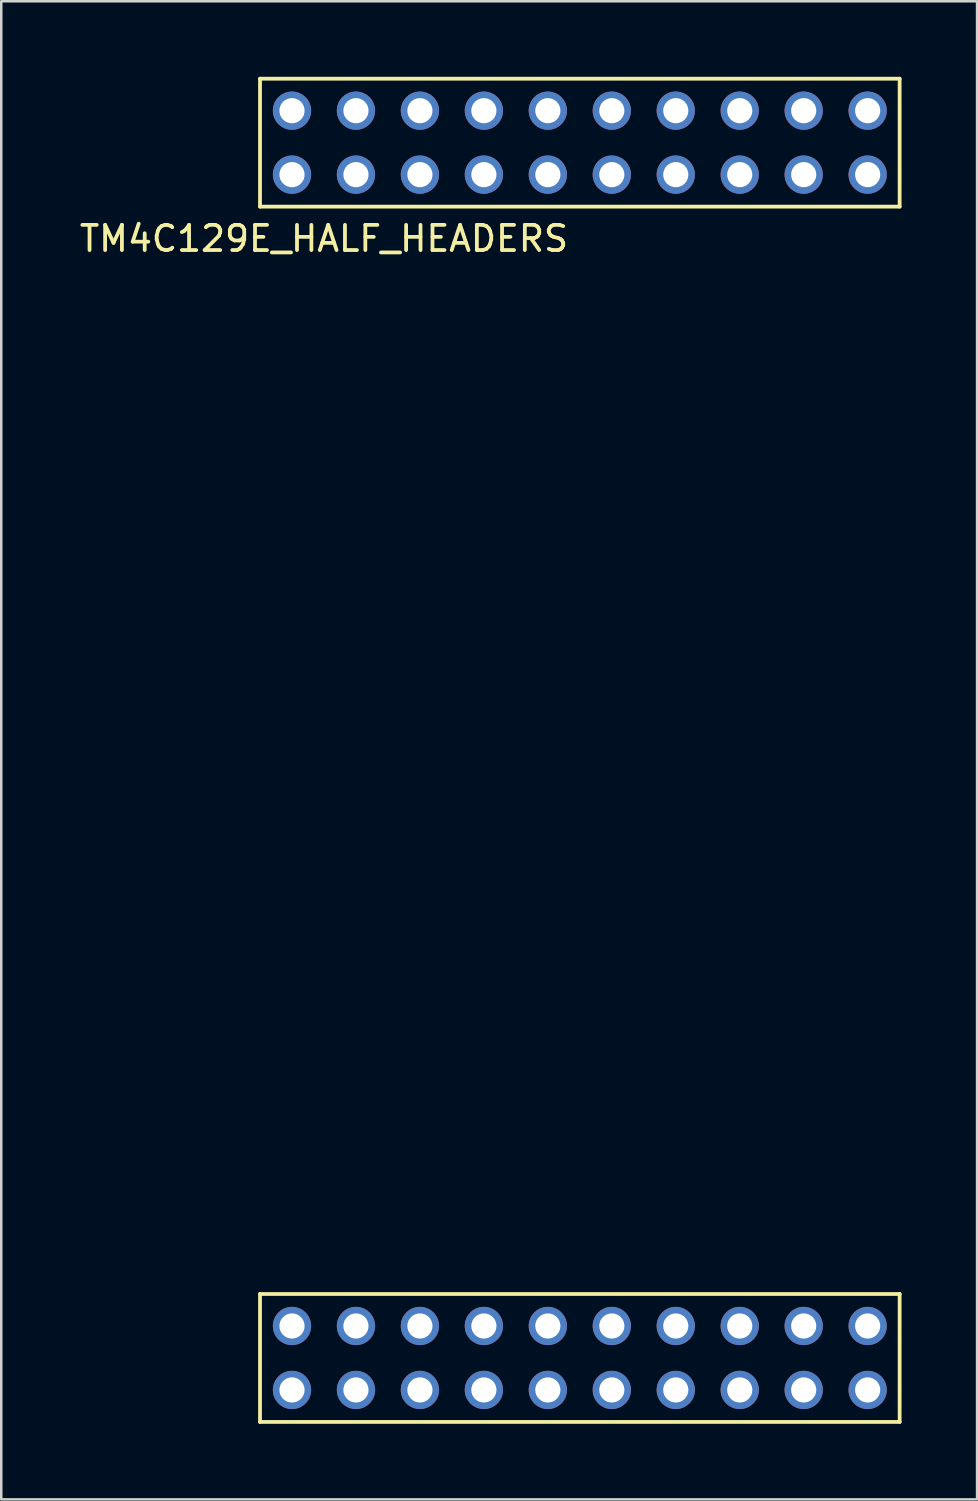
<source format=kicad_pcb>
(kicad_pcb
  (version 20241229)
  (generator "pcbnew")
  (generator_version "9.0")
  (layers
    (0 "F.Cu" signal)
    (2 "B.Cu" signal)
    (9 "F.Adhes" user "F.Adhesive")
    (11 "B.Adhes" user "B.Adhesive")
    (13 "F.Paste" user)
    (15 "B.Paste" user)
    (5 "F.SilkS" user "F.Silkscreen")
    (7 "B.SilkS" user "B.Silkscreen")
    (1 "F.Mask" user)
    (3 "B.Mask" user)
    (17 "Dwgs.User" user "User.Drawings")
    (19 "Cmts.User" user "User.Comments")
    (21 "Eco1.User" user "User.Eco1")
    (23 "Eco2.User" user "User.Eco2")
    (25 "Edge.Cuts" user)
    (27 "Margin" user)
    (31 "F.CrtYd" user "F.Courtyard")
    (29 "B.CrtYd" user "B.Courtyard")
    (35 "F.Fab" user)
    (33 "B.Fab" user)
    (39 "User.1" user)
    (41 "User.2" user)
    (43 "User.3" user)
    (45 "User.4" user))
  (footprint "TM4C129E_HALF_HEADERS"
    (layer "F.Cu")
    (at 17.435 8.965)
    (property "Reference" "TM4C129E_HALF_HEADERS" (at -7.62 -2.54 0) (layer "F.SilkS") (effects (font (size 1 1) (thickness 0.15))))
    (attr through_hole)
    (fp_line (start -10.16 -8.89) (end -10.16 -3.81) (stroke (width 0.15) (type solid)) (layer "F.SilkS"))
    (fp_line (start -10.16 -3.81) (end 15.24 -3.81) (stroke (width 0.15) (type solid)) (layer "F.SilkS"))
    (fp_line (start -10.16 39.37) (end -10.16 44.45) (stroke (width 0.15) (type solid)) (layer "F.SilkS"))
    (fp_line (start -10.16 44.45) (end 15.24 44.45) (stroke (width 0.15) (type solid)) (layer "F.SilkS"))
    (fp_line (start 15.24 -8.89) (end -10.16 -8.89) (stroke (width 0.15) (type solid)) (layer "F.SilkS"))
    (fp_line (start 15.24 -3.81) (end 15.24 -8.89) (stroke (width 0.15) (type solid)) (layer "F.SilkS"))
    (fp_line (start 15.24 39.37) (end -10.16 39.37) (stroke (width 0.15) (type solid)) (layer "F.SilkS"))
    (fp_line (start 15.24 44.45) (end 15.24 39.37) (stroke (width 0.15) (type solid)) (layer "F.SilkS"))
    (pad "A1" thru_hole circle (at 13.97 -7.62) (size 1.52 1.52) (drill 1) (layers "*.Cu" "*.Mask" "F.Paste"))
    (pad "A2" thru_hole circle (at 11.43 -7.62) (size 1.52 1.52) (drill 1) (layers "*.Cu" "*.Mask" "F.Paste"))
    (pad "A3" thru_hole circle (at 8.89 -7.62) (size 1.52 1.52) (drill 1) (layers "*.Cu" "*.Mask" "F.Paste"))
    (pad "A4" thru_hole circle (at 6.35 -7.62) (size 1.52 1.52) (drill 1) (layers "*.Cu" "*.Mask" "F.Paste"))
    (pad "A5" thru_hole circle (at 3.81 -7.62) (size 1.52 1.52) (drill 1) (layers "*.Cu" "*.Mask" "F.Paste"))
    (pad "A6" thru_hole circle (at 1.27 -7.62) (size 1.52 1.52) (drill 1) (layers "*.Cu" "*.Mask" "F.Paste"))
    (pad "A7" thru_hole circle (at -1.27 -7.62) (size 1.52 1.52) (drill 1) (layers "*.Cu" "*.Mask" "F.Paste"))
    (pad "A8" thru_hole circle (at -3.81 -7.62) (size 1.52 1.52) (drill 1) (layers "*.Cu" "*.Mask" "F.Paste"))
    (pad "A9" thru_hole circle (at -6.35 -7.62) (size 1.52 1.52) (drill 1) (layers "*.Cu" "*.Mask" "F.Paste"))
    (pad "A10" thru_hole circle (at -8.89 -7.62) (size 1.52 1.52) (drill 1) (layers "*.Cu" "*.Mask" "F.Paste"))
    (pad "B1" thru_hole circle (at 13.97 -5.08) (size 1.52 1.52) (drill 1) (layers "*.Cu" "*.Mask" "F.Paste"))
    (pad "B2" thru_hole circle (at -6.35 -5.08) (size 1.52 1.52) (drill 1) (layers "*.Cu" "*.Mask" "F.Paste"))
    (pad "B2" thru_hole circle (at 11.43 -5.08) (size 1.52 1.52) (drill 1) (layers "*.Cu" "*.Mask" "F.Paste"))
    (pad "B3" thru_hole circle (at 8.89 -5.08) (size 1.52 1.52) (drill 1) (layers "*.Cu" "*.Mask" "F.Paste"))
    (pad "B4" thru_hole circle (at 6.35 -5.08) (size 1.52 1.52) (drill 1) (layers "*.Cu" "*.Mask" "F.Paste"))
    (pad "B5" thru_hole circle (at 3.81 -5.08) (size 1.52 1.52) (drill 1) (layers "*.Cu" "*.Mask" "F.Paste"))
    (pad "B6" thru_hole circle (at 1.27 -5.08) (size 1.52 1.52) (drill 1) (layers "*.Cu" "*.Mask" "F.Paste"))
    (pad "B7" thru_hole circle (at -1.27 -5.08) (size 1.52 1.52) (drill 1) (layers "*.Cu" "*.Mask" "F.Paste"))
    (pad "B8" thru_hole circle (at -3.81 -5.08) (size 1.52 1.52) (drill 1) (layers "*.Cu" "*.Mask" "F.Paste"))
    (pad "B10" thru_hole circle (at -8.89 -5.08) (size 1.52 1.52) (drill 1) (layers "*.Cu" "*.Mask" "F.Paste"))
    (pad "C1" thru_hole circle (at 13.97 40.64) (size 1.52 1.52) (drill 1) (layers "*.Cu" "*.Mask" "F.Paste"))
    (pad "C2" thru_hole circle (at -6.35 40.64) (size 1.52 1.52) (drill 1) (layers "*.Cu" "*.Mask" "F.Paste"))
    (pad "C2" thru_hole circle (at 11.43 40.64) (size 1.52 1.52) (drill 1) (layers "*.Cu" "*.Mask" "F.Paste"))
    (pad "C3" thru_hole circle (at 8.89 40.64) (size 1.52 1.52) (drill 1) (layers "*.Cu" "*.Mask" "F.Paste"))
    (pad "C4" thru_hole circle (at 6.35 40.64) (size 1.52 1.52) (drill 1) (layers "*.Cu" "*.Mask" "F.Paste"))
    (pad "C5" thru_hole circle (at 3.81 40.64) (size 1.52 1.52) (drill 1) (layers "*.Cu" "*.Mask" "F.Paste"))
    (pad "C6" thru_hole circle (at 1.27 40.64) (size 1.52 1.52) (drill 1) (layers "*.Cu" "*.Mask" "F.Paste"))
    (pad "C7" thru_hole circle (at -1.27 40.64) (size 1.52 1.52) (drill 1) (layers "*.Cu" "*.Mask" "F.Paste"))
    (pad "C8" thru_hole circle (at -3.81 40.64) (size 1.52 1.52) (drill 1) (layers "*.Cu" "*.Mask" "F.Paste"))
    (pad "C10" thru_hole circle (at -8.89 40.64) (size 1.52 1.52) (drill 1) (layers "*.Cu" "*.Mask" "F.Paste"))
    (pad "D1" thru_hole circle (at 13.97 43.18) (size 1.52 1.52) (drill 1) (layers "*.Cu" "*.Mask" "F.Paste"))
    (pad "D2" thru_hole circle (at 11.43 43.18) (size 1.52 1.52) (drill 1) (layers "*.Cu" "*.Mask" "F.Paste"))
    (pad "D3" thru_hole circle (at 8.89 43.18) (size 1.52 1.52) (drill 1) (layers "*.Cu" "*.Mask" "F.Paste"))
    (pad "D4" thru_hole circle (at 6.35 43.18) (size 1.52 1.52) (drill 1) (layers "*.Cu" "*.Mask" "F.Paste"))
    (pad "D5" thru_hole circle (at 3.81 43.18) (size 1.52 1.52) (drill 1) (layers "*.Cu" "*.Mask" "F.Paste"))
    (pad "D6" thru_hole circle (at 1.27 43.18) (size 1.52 1.52) (drill 1) (layers "*.Cu" "*.Mask" "F.Paste"))
    (pad "D7" thru_hole circle (at -1.27 43.18) (size 1.52 1.52) (drill 1) (layers "*.Cu" "*.Mask" "F.Paste"))
    (pad "D8" thru_hole circle (at -3.81 43.18) (size 1.52 1.52) (drill 1) (layers "*.Cu" "*.Mask" "F.Paste"))
    (pad "D9" thru_hole circle (at -6.35 43.18) (size 1.52 1.52) (drill 1) (layers "*.Cu" "*.Mask" "F.Paste"))
    (pad "D10" thru_hole circle (at -8.89 43.18) (size 1.52 1.52) (drill 1) (layers "*.Cu" "*.Mask" "F.Paste")))
  (gr_rect
    (start -3 -3)
    (end 35.75 56.49)
    (stroke (width 0.1) (type default))
    (fill no)
    (layer "Edge.Cuts")))
</source>
